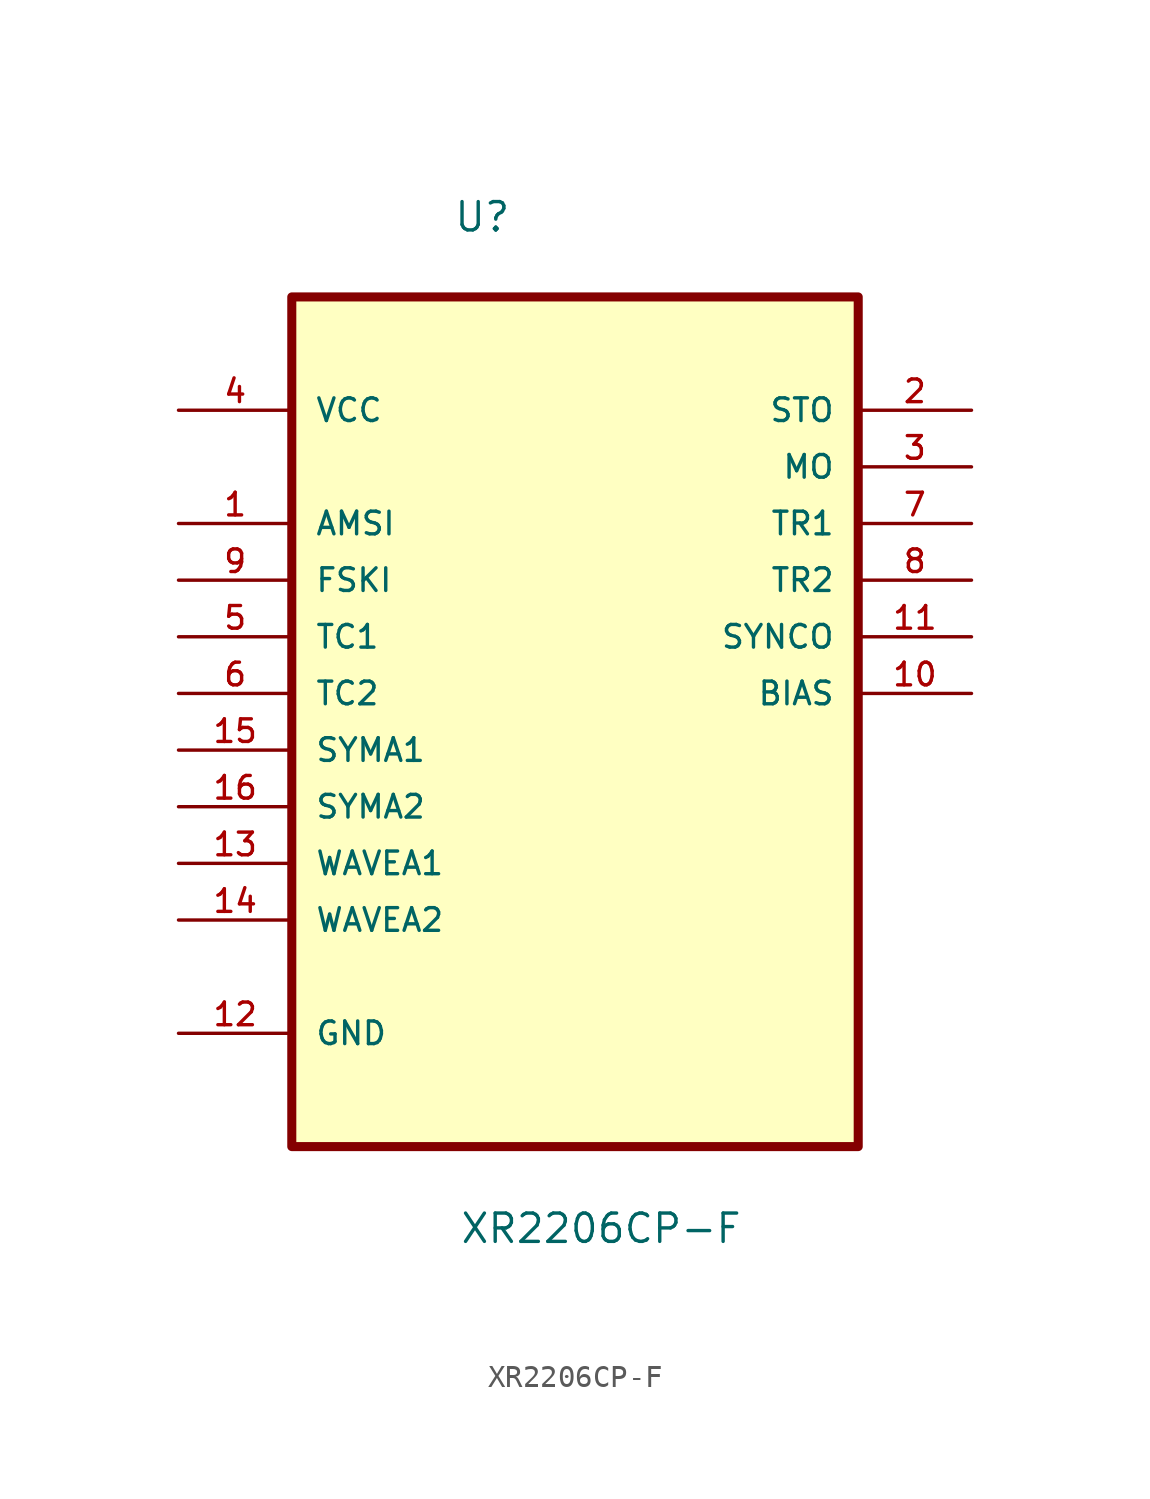
<source format=kicad_sym>
(kicad_symbol_lib
  (version 20211014)
  (generator kicad_symbol_editor)
  (symbol "XR2206CP-F"
    (pin_names
      (offset 1.016))
    (property "Reference" "U"
      (at -5.468 18.082 0.0)
      (effects (font (size 1.27 1.27)) (justify bottom left)))
    (property "Value" "XR2206CP-F"
      (at -5.19 -27.274 0.0)
      (effects (font (size 1.27 1.27)) (justify bottom left)))
    (symbol "XR2206CP-F_0_0"
      (rectangle (start -12.7 -22.86) (end 12.7 15.24) (stroke (width 0.406)) (fill (type background)))
      (pin power_in line (at -17.78 10.16 0) (length 5.08) (name "VCC" (effects (font (size 1.016 1.016)))) (number "4" (effects (font (size 1.016 1.016)))))
      (pin input line (at -17.78 5.08 0) (length 5.08) (name "AMSI" (effects (font (size 1.016 1.016)))) (number "1" (effects (font (size 1.016 1.016)))))
      (pin input line (at -17.78 2.54 0) (length 5.08) (name "FSKI" (effects (font (size 1.016 1.016)))) (number "9" (effects (font (size 1.016 1.016)))))
      (pin input line (at -17.78 0.0 0) (length 5.08) (name "TC1" (effects (font (size 1.016 1.016)))) (number "5" (effects (font (size 1.016 1.016)))))
      (pin input line (at -17.78 -2.54 0) (length 5.08) (name "TC2" (effects (font (size 1.016 1.016)))) (number "6" (effects (font (size 1.016 1.016)))))
      (pin input line (at -17.78 -5.08 0) (length 5.08) (name "SYMA1" (effects (font (size 1.016 1.016)))) (number "15" (effects (font (size 1.016 1.016)))))
      (pin input line (at -17.78 -7.62 0) (length 5.08) (name "SYMA2" (effects (font (size 1.016 1.016)))) (number "16" (effects (font (size 1.016 1.016)))))
      (pin input line (at -17.78 -10.16 0) (length 5.08) (name "WAVEA1" (effects (font (size 1.016 1.016)))) (number "13" (effects (font (size 1.016 1.016)))))
      (pin input line (at -17.78 -12.7 0) (length 5.08) (name "WAVEA2" (effects (font (size 1.016 1.016)))) (number "14" (effects (font (size 1.016 1.016)))))
      (pin passive line (at -17.78 -17.78 0) (length 5.08) (name "GND" (effects (font (size 1.016 1.016)))) (number "12" (effects (font (size 1.016 1.016)))))
      (pin output line (at 17.78 10.16 180.0) (length 5.08) (name "STO" (effects (font (size 1.016 1.016)))) (number "2" (effects (font (size 1.016 1.016)))))
      (pin output line (at 17.78 7.62 180.0) (length 5.08) (name "MO" (effects (font (size 1.016 1.016)))) (number "3" (effects (font (size 1.016 1.016)))))
      (pin output line (at 17.78 5.08 180.0) (length 5.08) (name "TR1" (effects (font (size 1.016 1.016)))) (number "7" (effects (font (size 1.016 1.016)))))
      (pin output line (at 17.78 2.54 180.0) (length 5.08) (name "TR2" (effects (font (size 1.016 1.016)))) (number "8" (effects (font (size 1.016 1.016)))))
      (pin output line (at 17.78 0.0 180.0) (length 5.08) (name "SYNCO" (effects (font (size 1.016 1.016)))) (number "11" (effects (font (size 1.016 1.016)))))
      (pin output line (at 17.78 -2.54 180.0) (length 5.08) (name "BIAS" (effects (font (size 1.016 1.016)))) (number "10" (effects (font (size 1.016 1.016))))))))
</source>
